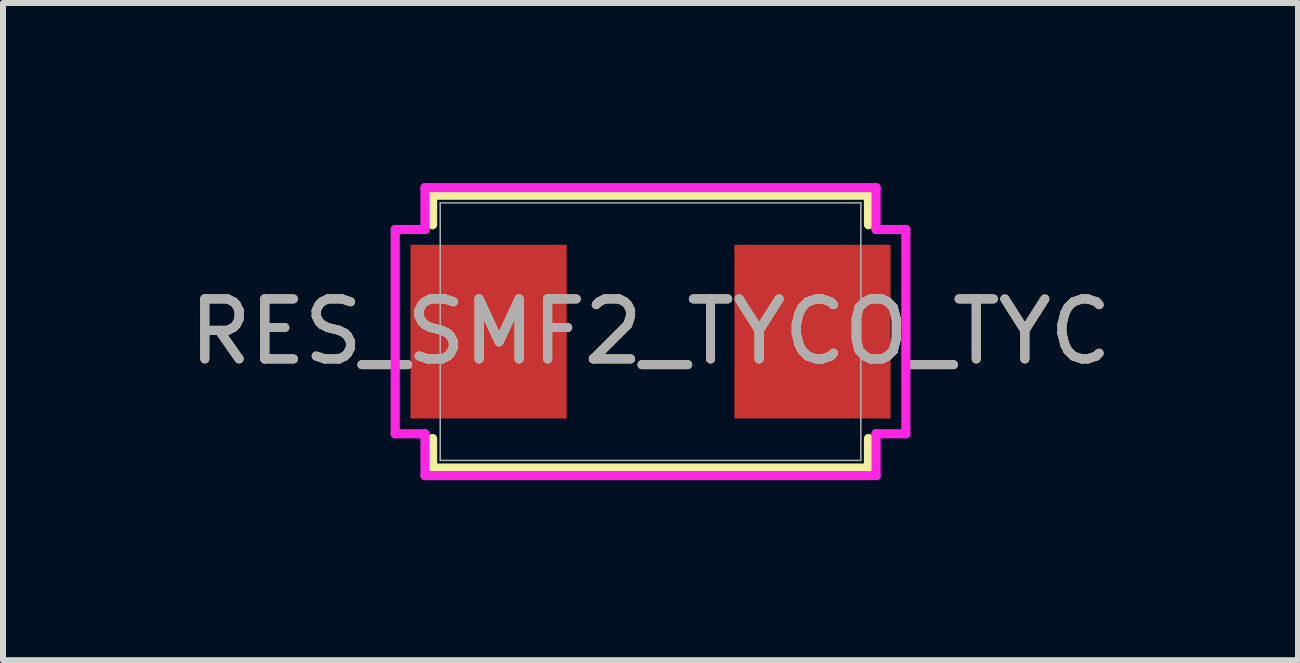
<source format=kicad_pcb>
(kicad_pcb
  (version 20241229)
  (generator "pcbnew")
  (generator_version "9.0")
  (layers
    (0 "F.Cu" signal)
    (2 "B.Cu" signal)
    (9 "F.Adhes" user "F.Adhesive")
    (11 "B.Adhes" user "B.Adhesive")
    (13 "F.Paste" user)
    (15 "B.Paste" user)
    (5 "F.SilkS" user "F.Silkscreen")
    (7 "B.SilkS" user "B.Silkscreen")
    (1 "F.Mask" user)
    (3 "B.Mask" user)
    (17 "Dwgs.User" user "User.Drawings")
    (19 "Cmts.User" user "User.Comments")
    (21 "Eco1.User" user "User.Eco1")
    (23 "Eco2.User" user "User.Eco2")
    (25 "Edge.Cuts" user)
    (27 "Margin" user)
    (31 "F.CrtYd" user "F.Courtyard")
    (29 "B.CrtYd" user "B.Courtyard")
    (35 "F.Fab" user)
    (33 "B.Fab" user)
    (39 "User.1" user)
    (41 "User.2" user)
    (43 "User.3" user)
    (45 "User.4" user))
  (footprint "RES_SMF2_TYCO_TYC"
    (layer "F.Cu")
    (at 7.792 2.477)
    (property "Reference" "RES_SMF2_TYCO_TYC" (at 0 0 0) (unlocked yes) (layer "F.SilkS") (effects (font (size 1 1) (thickness 0.15))))
    (attr smd)
    (fp_line (start -3.632 -2.273) (end -3.632 -1.781) (stroke (width 0.152) (type solid)) (layer "F.SilkS"))
    (fp_line (start -3.632 1.781) (end -3.632 2.273) (stroke (width 0.152) (type solid)) (layer "F.SilkS"))
    (fp_line (start -3.632 2.273) (end 3.632 2.273) (stroke (width 0.152) (type solid)) (layer "F.SilkS"))
    (fp_line (start 3.632 -2.273) (end -3.632 -2.273) (stroke (width 0.152) (type solid)) (layer "F.SilkS"))
    (fp_line (start 3.632 -1.781) (end 3.632 -2.273) (stroke (width 0.152) (type solid)) (layer "F.SilkS"))
    (fp_line (start 3.632 2.273) (end 3.632 1.781) (stroke (width 0.152) (type solid)) (layer "F.SilkS"))
    (fp_line (start -4.255 -1.702) (end -3.759 -1.702) (stroke (width 0.152) (type solid)) (layer "F.CrtYd"))
    (fp_line (start -4.255 1.702) (end -4.255 -1.702) (stroke (width 0.152) (type solid)) (layer "F.CrtYd"))
    (fp_line (start -3.759 -2.4) (end 3.759 -2.4) (stroke (width 0.152) (type solid)) (layer "F.CrtYd"))
    (fp_line (start -3.759 -1.702) (end -3.759 -2.4) (stroke (width 0.152) (type solid)) (layer "F.CrtYd"))
    (fp_line (start -3.759 1.702) (end -4.255 1.702) (stroke (width 0.152) (type solid)) (layer "F.CrtYd"))
    (fp_line (start -3.759 2.4) (end -3.759 1.702) (stroke (width 0.152) (type solid)) (layer "F.CrtYd"))
    (fp_line (start 3.759 -2.4) (end 3.759 -1.702) (stroke (width 0.152) (type solid)) (layer "F.CrtYd"))
    (fp_line (start 3.759 -1.702) (end 4.255 -1.702) (stroke (width 0.152) (type solid)) (layer "F.CrtYd"))
    (fp_line (start 3.759 1.702) (end 3.759 2.4) (stroke (width 0.152) (type solid)) (layer "F.CrtYd"))
    (fp_line (start 3.759 2.4) (end -3.759 2.4) (stroke (width 0.152) (type solid)) (layer "F.CrtYd"))
    (fp_line (start 4.255 -1.702) (end 4.255 1.702) (stroke (width 0.152) (type solid)) (layer "F.CrtYd"))
    (fp_line (start 4.255 1.702) (end 3.759 1.702) (stroke (width 0.152) (type solid)) (layer "F.CrtYd"))
    (fp_line (start -3.505 -2.146) (end -3.505 2.146) (stroke (width 0.025) (type solid)) (layer "F.Fab"))
    (fp_line (start -3.505 2.146) (end 3.505 2.146) (stroke (width 0.025) (type solid)) (layer "F.Fab"))
    (fp_line (start 3.505 -2.146) (end -3.505 -2.146) (stroke (width 0.025) (type solid)) (layer "F.Fab"))
    (fp_line (start 3.505 2.146) (end 3.505 -2.146) (stroke (width 0.025) (type solid)) (layer "F.Fab"))
    (fp_text user "${REFERENCE}" (at 0 0 0) (unlocked yes) (layer "F.Fab") (effects (font (size 1 1) (thickness 0.15))))
    (pad "1" smd rect (at -2.699 0) (size 2.603 2.896) (layers "F.Cu" "F.Mask" "F.Paste"))
    (pad "2" smd rect (at 2.699 0) (size 2.603 2.896) (layers "F.Cu" "F.Mask" "F.Paste"))
    (zone (net_name "") (layer "F.Cu") (hatch full 0.508) (connect_pads) (min_thickness 0.254) (filled_areas_thickness no) (keepout (tracks not_allowed) (vias not_allowed) (pads allowed) (copperpour not_allowed) (footprints allowed)) (placement (enabled no)) (fill) (polygon (pts (xy 6.445 0.381) (xy 9.138 0.381) (xy 9.138 4.572) (xy 6.445 4.572)))))
  (gr_rect
    (start -3 -3)
    (end 18.583 7.953)
    (stroke (width 0.1) (type default))
    (fill no)
    (layer "Edge.Cuts")))
</source>
